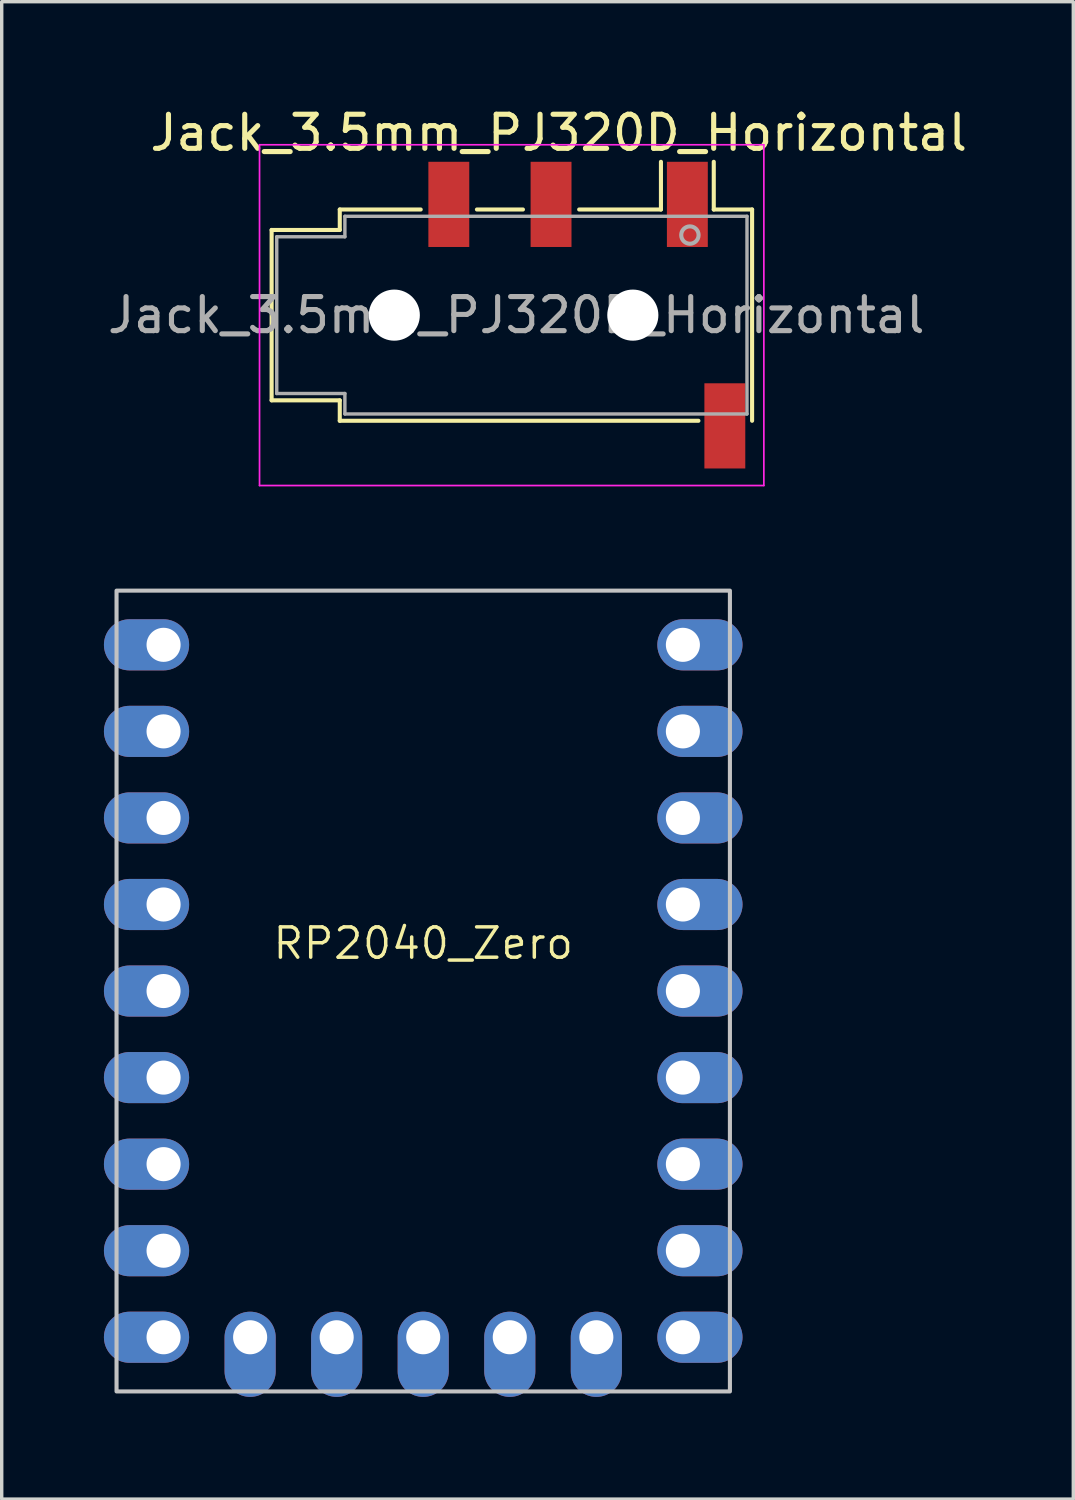
<source format=kicad_pcb>
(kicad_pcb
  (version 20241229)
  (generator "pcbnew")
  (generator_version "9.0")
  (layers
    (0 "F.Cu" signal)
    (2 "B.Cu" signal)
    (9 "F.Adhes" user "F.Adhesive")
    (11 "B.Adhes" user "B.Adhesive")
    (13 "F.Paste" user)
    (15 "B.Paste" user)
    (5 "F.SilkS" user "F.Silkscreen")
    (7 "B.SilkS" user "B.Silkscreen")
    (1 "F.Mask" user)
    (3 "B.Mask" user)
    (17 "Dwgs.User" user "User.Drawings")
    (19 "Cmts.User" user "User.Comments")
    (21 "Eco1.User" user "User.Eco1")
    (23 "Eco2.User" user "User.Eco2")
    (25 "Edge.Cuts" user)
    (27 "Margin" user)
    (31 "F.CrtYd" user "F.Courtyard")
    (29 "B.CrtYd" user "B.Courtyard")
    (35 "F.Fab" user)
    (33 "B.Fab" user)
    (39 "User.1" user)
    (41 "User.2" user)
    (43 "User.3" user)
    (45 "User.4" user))
  (footprint "Jack_3.5mm_PJ320D_Horizontal"
    (layer "F.Cu")
    (at 13.296 6.198)
    (property "Reference" "Jack_3.5mm_PJ320D_Horizontal" (at 0.05 -5.35 0) (layer "F.SilkS") (effects (font (size 1 1) (thickness 0.15))))
    (attr smd)
    (fp_line (start -8.375 -2.5) (end -8.375 2.5) (stroke (width 0.12) (type solid)) (layer "F.SilkS"))
    (fp_line (start -6.375 -3.1) (end -6.375 -2.5) (stroke (width 0.12) (type solid)) (layer "F.SilkS"))
    (fp_line (start -6.375 -3.1) (end -4 -3.1) (stroke (width 0.12) (type solid)) (layer "F.SilkS"))
    (fp_line (start -6.375 -2.5) (end -8.375 -2.5) (stroke (width 0.12) (type solid)) (layer "F.SilkS"))
    (fp_line (start -6.375 2.5) (end -8.375 2.5) (stroke (width 0.12) (type solid)) (layer "F.SilkS"))
    (fp_line (start -6.375 2.5) (end -6.375 3.1) (stroke (width 0.12) (type solid)) (layer "F.SilkS"))
    (fp_line (start -2.35 -3.1) (end -1 -3.1) (stroke (width 0.12) (type solid)) (layer "F.SilkS"))
    (fp_line (start 0.65 -3.1) (end 3.05 -3.1) (stroke (width 0.12) (type solid)) (layer "F.SilkS"))
    (fp_line (start 3.05 -3.1) (end 3.05 -4.5) (stroke (width 0.12) (type solid)) (layer "F.SilkS"))
    (fp_line (start 4.15 3.1) (end -6.375 3.1) (stroke (width 0.12) (type solid)) (layer "F.SilkS"))
    (fp_line (start 4.6 -3.1) (end 4.6 -4.5) (stroke (width 0.12) (type solid)) (layer "F.SilkS"))
    (fp_line (start 4.6 -3.1) (end 5.725 -3.1) (stroke (width 0.12) (type solid)) (layer "F.SilkS"))
    (fp_line (start 5.725 3.1) (end 5.725 -3.1) (stroke (width 0.12) (type solid)) (layer "F.SilkS"))
    (fp_line (start -8.73 -5) (end 6.07 -5) (stroke (width 0.05) (type solid)) (layer "F.CrtYd"))
    (fp_line (start -8.73 5) (end -8.73 -5) (stroke (width 0.05) (type solid)) (layer "F.CrtYd"))
    (fp_line (start -8.73 5) (end 6.07 5) (stroke (width 0.05) (type solid)) (layer "F.CrtYd"))
    (fp_line (start 6.07 5) (end 6.07 -5) (stroke (width 0.05) (type solid)) (layer "F.CrtYd"))
    (fp_line (start -8.225 -2.3) (end -6.225 -2.3) (stroke (width 0.1) (type solid)) (layer "F.Fab"))
    (fp_line (start -8.225 2.3) (end -8.225 -2.3) (stroke (width 0.1) (type solid)) (layer "F.Fab"))
    (fp_line (start -6.225 -2.9) (end 5.575 -2.9) (stroke (width 0.1) (type solid)) (layer "F.Fab"))
    (fp_line (start -6.225 -2.3) (end -6.225 -2.9) (stroke (width 0.1) (type solid)) (layer "F.Fab"))
    (fp_line (start -6.225 2.3) (end -8.225 2.3) (stroke (width 0.1) (type solid)) (layer "F.Fab"))
    (fp_line (start -6.225 2.9) (end -6.225 2.3) (stroke (width 0.1) (type solid)) (layer "F.Fab"))
    (fp_line (start 5.575 -2.9) (end 5.575 2.9) (stroke (width 0.1) (type solid)) (layer "F.Fab"))
    (fp_line (start 5.575 2.9) (end -6.225 2.9) (stroke (width 0.1) (type solid)) (layer "F.Fab"))
    (fp_circle (center 3.9 -2.35) (end 3.95 -2.1) (stroke (width 0.12) (type solid)) (fill no) (layer "F.Fab"))
    (fp_text user "${REFERENCE}" (at -1.195 0 0) (layer "F.Fab") (effects (font (size 1 1) (thickness 0.15))))
    (pad "" np_thru_hole circle (at -4.775 0) (size 1.5 1.5) (drill 1.5) (layers "*.Cu" "*.Mask"))
    (pad "" np_thru_hole circle (at 2.225 0) (size 1.5 1.5) (drill 1.5) (layers "*.Cu" "*.Mask"))
    (pad "1" smd rect (at 4.925 3.25) (size 1.2 2.5) (layers "F.Cu" "F.Mask" "F.Paste"))
    (pad "2" smd rect (at 3.825 -3.25) (size 1.2 2.5) (layers "F.Cu" "F.Mask" "F.Paste"))
    (pad "3" smd rect (at -0.175 -3.25) (size 1.2 2.5) (layers "F.Cu" "F.Mask" "F.Paste"))
    (pad "4" smd rect (at -3.175 -3.25) (size 1.2 2.5) (layers "F.Cu" "F.Mask" "F.Paste")))
  (footprint "RP2040_Zero"
    (layer "F.Cu")
    (at 9.37 26.033)
    (property "Reference" "RP2040_Zero" (at 0 -1.4 0) (layer "F.SilkS") (effects (font (size 0.889 0.889) (thickness 0.102))))
    (attr through_hole exclude_from_pos_files)
    (fp_rect (start -9 -11.75) (end 9 11.75) (stroke (width 0.12) (type solid)) (fill no) (layer "Dwgs.User"))
    (pad "1" thru_hole oval (at 7.62 -10.16 180) (size 2.5 1.5) (drill 1 (offset -0.5 0)) (layers "*.Cu" "*.Mask"))
    (pad "2" thru_hole oval (at 7.62 -7.62 180) (size 2.5 1.5) (drill 1 (offset -0.5 0)) (layers "*.Cu" "*.Mask"))
    (pad "3" thru_hole oval (at 7.62 -5.08 180) (size 2.5 1.5) (drill 1 (offset -0.5 0)) (layers "*.Cu" "*.Mask"))
    (pad "4" thru_hole oval (at 7.62 -2.54 180) (size 2.5 1.5) (drill 1 (offset -0.5 0)) (layers "*.Cu" "*.Mask"))
    (pad "5" thru_hole oval (at 7.62 0 180) (size 2.5 1.5) (drill 1 (offset -0.5 0)) (layers "*.Cu" "*.Mask"))
    (pad "6" thru_hole oval (at 7.62 2.54 180) (size 2.5 1.5) (drill 1 (offset -0.5 0)) (layers "*.Cu" "*.Mask"))
    (pad "7" thru_hole oval (at 7.62 5.08 180) (size 2.5 1.5) (drill 1 (offset -0.5 0)) (layers "*.Cu" "*.Mask"))
    (pad "8" thru_hole oval (at 7.62 7.62 180) (size 2.5 1.5) (drill 1 (offset -0.5 0)) (layers "*.Cu" "*.Mask"))
    (pad "9" thru_hole oval (at 7.62 10.16 180) (size 2.5 1.5) (drill 1 (offset -0.5 0)) (layers "*.Cu" "*.Mask"))
    (pad "10" thru_hole oval (at 5.08 10.16 90) (size 2.5 1.5) (drill 1 (offset -0.5 0)) (layers "*.Cu" "*.Mask"))
    (pad "11" thru_hole oval (at 2.54 10.16 90) (size 2.5 1.5) (drill 1 (offset -0.5 0)) (layers "*.Cu" "*.Mask"))
    (pad "12" thru_hole oval (at 0 10.16 90) (size 2.5 1.5) (drill 1 (offset -0.5 0)) (layers "*.Cu" "*.Mask"))
    (pad "13" thru_hole oval (at -2.54 10.16 90) (size 2.5 1.5) (drill 1 (offset -0.5 0)) (layers "*.Cu" "*.Mask"))
    (pad "14" thru_hole oval (at -5.08 10.16 90) (size 2.5 1.5) (drill 1 (offset -0.5 0)) (layers "*.Cu" "*.Mask"))
    (pad "15" thru_hole oval (at -7.62 10.16) (size 2.5 1.5) (drill 1 (offset -0.5 0)) (layers "*.Cu" "*.Mask"))
    (pad "16" thru_hole oval (at -7.62 7.62) (size 2.5 1.5) (drill 1 (offset -0.5 0)) (layers "*.Cu" "*.Mask"))
    (pad "17" thru_hole oval (at -7.62 5.08) (size 2.5 1.5) (drill 1 (offset -0.5 0)) (layers "*.Cu" "*.Mask"))
    (pad "18" thru_hole oval (at -7.62 2.54) (size 2.5 1.5) (drill 1 (offset -0.5 0)) (layers "*.Cu" "*.Mask"))
    (pad "19" thru_hole oval (at -7.62 0) (size 2.5 1.5) (drill 1 (offset -0.5 0)) (layers "*.Cu" "*.Mask"))
    (pad "20" thru_hole oval (at -7.62 -2.54) (size 2.5 1.5) (drill 1 (offset -0.5 0)) (layers "*.Cu" "*.Mask"))
    (pad "21" thru_hole oval (at -7.62 -5.08) (size 2.5 1.5) (drill 1 (offset -0.5 0)) (layers "*.Cu" "*.Mask"))
    (pad "22" thru_hole oval (at -7.62 -7.62) (size 2.5 1.5) (drill 1 (offset -0.5 0)) (layers "*.Cu" "*.Mask"))
    (pad "23" thru_hole oval (at -7.62 -10.16) (size 2.5 1.5) (drill 1 (offset -0.5 0)) (layers "*.Cu" "*.Mask")))
  (gr_rect
    (start -3 -3)
    (end 28.447 40.943)
    (stroke (width 0.1) (type default))
    (fill no)
    (layer "Edge.Cuts")))
</source>
